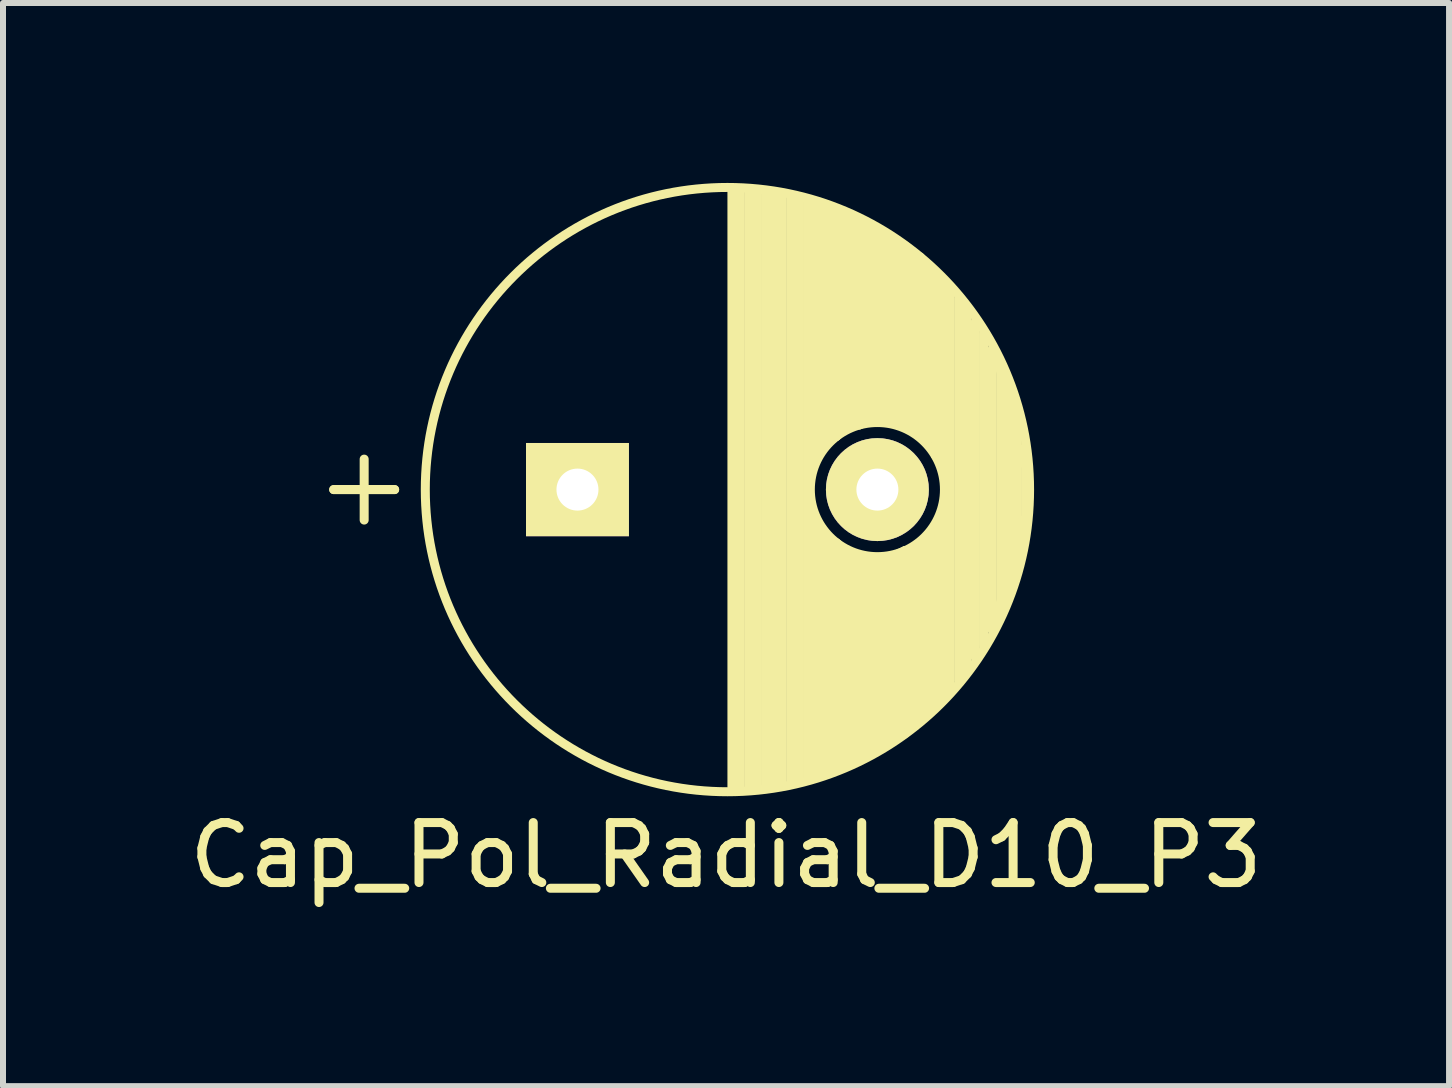
<source format=kicad_pcb>
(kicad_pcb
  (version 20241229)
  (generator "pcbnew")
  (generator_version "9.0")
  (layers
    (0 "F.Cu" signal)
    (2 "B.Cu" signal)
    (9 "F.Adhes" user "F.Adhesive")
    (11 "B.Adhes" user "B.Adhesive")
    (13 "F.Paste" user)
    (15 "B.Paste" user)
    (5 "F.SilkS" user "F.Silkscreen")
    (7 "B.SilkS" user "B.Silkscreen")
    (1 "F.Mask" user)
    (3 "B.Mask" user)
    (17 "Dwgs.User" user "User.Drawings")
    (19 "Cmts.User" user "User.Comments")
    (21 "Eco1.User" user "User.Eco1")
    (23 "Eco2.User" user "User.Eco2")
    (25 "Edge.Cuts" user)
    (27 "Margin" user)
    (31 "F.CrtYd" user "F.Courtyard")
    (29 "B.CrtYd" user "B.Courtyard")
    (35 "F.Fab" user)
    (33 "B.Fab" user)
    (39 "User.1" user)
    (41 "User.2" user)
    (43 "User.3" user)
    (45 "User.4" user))
  (footprint "Cap_Pol_Radial_D10_P3"
    (layer "F.Cu")
    (at 6.577 5.112)
    (property "Reference" "Cap_Pol_Radial_D10_P3" (at 2.477 6.096 0) (layer "F.SilkS") (effects (font (size 1 1) (thickness 0.15))))
    (attr through_hole)
    (fp_line (start -4.064 0) (end -3.556 0) (stroke (width 0.15) (type solid)) (layer "F.SilkS"))
    (fp_line (start -3.556 -0.508) (end -3.556 0) (stroke (width 0.15) (type solid)) (layer "F.SilkS"))
    (fp_line (start -3.556 0) (end -3.556 0.508) (stroke (width 0.15) (type solid)) (layer "F.SilkS"))
    (fp_line (start -3.556 0) (end -3.048 0) (stroke (width 0.15) (type solid)) (layer "F.SilkS"))
    (fp_line (start -3.048 0) (end -4.064 0) (stroke (width 0.15) (type solid)) (layer "F.SilkS"))
    (fp_line (start 2.575 -4.999) (end 2.575 4.999) (stroke (width 0.15) (type solid)) (layer "F.SilkS"))
    (fp_line (start 2.715 -4.995) (end 2.715 4.995) (stroke (width 0.15) (type solid)) (layer "F.SilkS"))
    (fp_line (start 2.855 -4.987) (end 2.855 4.987) (stroke (width 0.15) (type solid)) (layer "F.SilkS"))
    (fp_line (start 2.995 -4.975) (end 2.995 4.975) (stroke (width 0.15) (type solid)) (layer "F.SilkS"))
    (fp_line (start 3.135 -4.96) (end 3.135 4.96) (stroke (width 0.15) (type solid)) (layer "F.SilkS"))
    (fp_line (start 3.275 -4.94) (end 3.275 4.94) (stroke (width 0.15) (type solid)) (layer "F.SilkS"))
    (fp_line (start 3.415 -4.916) (end 3.415 4.916) (stroke (width 0.15) (type solid)) (layer "F.SilkS"))
    (fp_line (start 3.555 -4.887) (end 3.555 4.887) (stroke (width 0.15) (type solid)) (layer "F.SilkS"))
    (fp_line (start 3.695 -4.855) (end 3.695 4.855) (stroke (width 0.15) (type solid)) (layer "F.SilkS"))
    (fp_line (start 3.835 -4.818) (end 3.835 4.818) (stroke (width 0.15) (type solid)) (layer "F.SilkS"))
    (fp_line (start 3.873 -0.445) (end 3.937 -0.508) (stroke (width 0.15) (type solid)) (layer "F.SilkS"))
    (fp_line (start 3.937 -4.763) (end 3.937 -0.572) (stroke (width 0.15) (type solid)) (layer "F.SilkS"))
    (fp_line (start 3.937 -0.572) (end 4.064 -0.699) (stroke (width 0.15) (type solid)) (layer "F.SilkS"))
    (fp_line (start 3.937 0.508) (end 3.937 4.763) (stroke (width 0.15) (type solid)) (layer "F.SilkS"))
    (fp_line (start 3.937 4.763) (end 4.064 4.763) (stroke (width 0.15) (type solid)) (layer "F.SilkS"))
    (fp_line (start 4.064 -4.763) (end 4.191 -4.699) (stroke (width 0.15) (type solid)) (layer "F.SilkS"))
    (fp_line (start 4.064 -0.699) (end 4.064 -4.763) (stroke (width 0.15) (type solid)) (layer "F.SilkS"))
    (fp_line (start 4.064 0.635) (end 4.191 0.826) (stroke (width 0.15) (type solid)) (layer "F.SilkS"))
    (fp_line (start 4.064 4.763) (end 4.064 0.635) (stroke (width 0.15) (type solid)) (layer "F.SilkS"))
    (fp_line (start 4.191 -4.699) (end 4.191 -0.826) (stroke (width 0.15) (type solid)) (layer "F.SilkS"))
    (fp_line (start 4.191 -0.826) (end 4.318 -0.889) (stroke (width 0.15) (type solid)) (layer "F.SilkS"))
    (fp_line (start 4.191 0.826) (end 4.191 4.699) (stroke (width 0.15) (type solid)) (layer "F.SilkS"))
    (fp_line (start 4.191 4.699) (end 4.318 4.636) (stroke (width 0.15) (type solid)) (layer "F.SilkS"))
    (fp_line (start 4.318 -4.636) (end 4.445 -4.572) (stroke (width 0.15) (type solid)) (layer "F.SilkS"))
    (fp_line (start 4.318 -0.889) (end 4.318 -4.636) (stroke (width 0.15) (type solid)) (layer "F.SilkS"))
    (fp_line (start 4.318 0.889) (end 4.445 1.016) (stroke (width 0.15) (type solid)) (layer "F.SilkS"))
    (fp_line (start 4.318 4.636) (end 4.318 0.889) (stroke (width 0.15) (type solid)) (layer "F.SilkS"))
    (fp_line (start 4.445 -4.572) (end 4.445 -1.016) (stroke (width 0.15) (type solid)) (layer "F.SilkS"))
    (fp_line (start 4.445 -1.016) (end 4.572 -1.079) (stroke (width 0.15) (type solid)) (layer "F.SilkS"))
    (fp_line (start 4.445 1.016) (end 4.445 4.572) (stroke (width 0.15) (type solid)) (layer "F.SilkS"))
    (fp_line (start 4.445 4.572) (end 4.572 4.508) (stroke (width 0.15) (type solid)) (layer "F.SilkS"))
    (fp_line (start 4.572 -4.572) (end 4.699 -4.508) (stroke (width 0.15) (type solid)) (layer "F.SilkS"))
    (fp_line (start 4.572 -1.079) (end 4.572 -4.572) (stroke (width 0.15) (type solid)) (layer "F.SilkS"))
    (fp_line (start 4.572 1.079) (end 4.699 1.143) (stroke (width 0.15) (type solid)) (layer "F.SilkS"))
    (fp_line (start 4.572 4.508) (end 4.572 1.079) (stroke (width 0.15) (type solid)) (layer "F.SilkS"))
    (fp_line (start 4.699 -4.508) (end 4.699 -1.079) (stroke (width 0.15) (type solid)) (layer "F.SilkS"))
    (fp_line (start 4.699 -1.079) (end 4.826 -1.143) (stroke (width 0.15) (type solid)) (layer "F.SilkS"))
    (fp_line (start 4.699 1.143) (end 4.699 4.445) (stroke (width 0.15) (type solid)) (layer "F.SilkS"))
    (fp_line (start 4.699 4.445) (end 4.826 4.381) (stroke (width 0.15) (type solid)) (layer "F.SilkS"))
    (fp_line (start 4.826 -4.445) (end 4.953 -4.381) (stroke (width 0.15) (type solid)) (layer "F.SilkS"))
    (fp_line (start 4.826 -1.143) (end 4.826 -4.445) (stroke (width 0.15) (type solid)) (layer "F.SilkS"))
    (fp_line (start 4.826 1.143) (end 4.953 1.143) (stroke (width 0.15) (type solid)) (layer "F.SilkS"))
    (fp_line (start 4.826 4.381) (end 4.826 1.143) (stroke (width 0.15) (type solid)) (layer "F.SilkS"))
    (fp_line (start 4.953 -4.381) (end 4.953 -1.206) (stroke (width 0.15) (type solid)) (layer "F.SilkS"))
    (fp_line (start 4.953 -1.206) (end 5.08 -1.206) (stroke (width 0.15) (type solid)) (layer "F.SilkS"))
    (fp_line (start 4.953 1.143) (end 4.953 4.318) (stroke (width 0.15) (type solid)) (layer "F.SilkS"))
    (fp_line (start 4.953 4.318) (end 5.08 4.255) (stroke (width 0.15) (type solid)) (layer "F.SilkS"))
    (fp_line (start 5.08 -4.255) (end 5.207 -4.191) (stroke (width 0.15) (type solid)) (layer "F.SilkS"))
    (fp_line (start 5.08 -1.206) (end 5.08 -4.255) (stroke (width 0.15) (type solid)) (layer "F.SilkS"))
    (fp_line (start 5.08 1.143) (end 5.207 1.143) (stroke (width 0.15) (type solid)) (layer "F.SilkS"))
    (fp_line (start 5.08 4.255) (end 5.08 1.143) (stroke (width 0.15) (type solid)) (layer "F.SilkS"))
    (fp_line (start 5.207 -4.191) (end 5.207 -1.143) (stroke (width 0.15) (type solid)) (layer "F.SilkS"))
    (fp_line (start 5.207 -1.143) (end 5.334 -1.079) (stroke (width 0.15) (type solid)) (layer "F.SilkS"))
    (fp_line (start 5.207 1.143) (end 5.207 4.191) (stroke (width 0.15) (type solid)) (layer "F.SilkS"))
    (fp_line (start 5.207 4.191) (end 5.334 4.128) (stroke (width 0.15) (type solid)) (layer "F.SilkS"))
    (fp_line (start 5.334 -4.128) (end 5.461 -4.064) (stroke (width 0.15) (type solid)) (layer "F.SilkS"))
    (fp_line (start 5.334 -1.079) (end 5.334 -4.128) (stroke (width 0.15) (type solid)) (layer "F.SilkS"))
    (fp_line (start 5.334 1.079) (end 5.461 1.016) (stroke (width 0.15) (type solid)) (layer "F.SilkS"))
    (fp_line (start 5.334 4.128) (end 5.334 1.079) (stroke (width 0.15) (type solid)) (layer "F.SilkS"))
    (fp_line (start 5.461 -4.064) (end 5.461 -1.079) (stroke (width 0.15) (type solid)) (layer "F.SilkS"))
    (fp_line (start 5.461 -1.079) (end 5.588 -1.016) (stroke (width 0.15) (type solid)) (layer "F.SilkS"))
    (fp_line (start 5.461 1.016) (end 5.461 4.064) (stroke (width 0.15) (type solid)) (layer "F.SilkS"))
    (fp_line (start 5.461 4.064) (end 5.588 3.937) (stroke (width 0.15) (type solid)) (layer "F.SilkS"))
    (fp_line (start 5.588 -3.937) (end 5.715 -3.873) (stroke (width 0.15) (type solid)) (layer "F.SilkS"))
    (fp_line (start 5.588 -1.016) (end 5.588 -3.937) (stroke (width 0.15) (type solid)) (layer "F.SilkS"))
    (fp_line (start 5.588 1.016) (end 5.715 0.889) (stroke (width 0.15) (type solid)) (layer "F.SilkS"))
    (fp_line (start 5.588 3.937) (end 5.588 1.016) (stroke (width 0.15) (type solid)) (layer "F.SilkS"))
    (fp_line (start 5.715 -3.873) (end 5.715 -0.889) (stroke (width 0.15) (type solid)) (layer "F.SilkS"))
    (fp_line (start 5.715 -0.889) (end 5.842 -0.826) (stroke (width 0.15) (type solid)) (layer "F.SilkS"))
    (fp_line (start 5.715 0.889) (end 5.715 3.81) (stroke (width 0.15) (type solid)) (layer "F.SilkS"))
    (fp_line (start 5.715 3.81) (end 5.842 3.683) (stroke (width 0.15) (type solid)) (layer "F.SilkS"))
    (fp_line (start 5.842 -3.747) (end 5.969 -3.619) (stroke (width 0.15) (type solid)) (layer "F.SilkS"))
    (fp_line (start 5.842 -0.826) (end 5.842 -3.747) (stroke (width 0.15) (type solid)) (layer "F.SilkS"))
    (fp_line (start 5.842 0.762) (end 5.969 0.635) (stroke (width 0.15) (type solid)) (layer "F.SilkS"))
    (fp_line (start 5.842 3.683) (end 5.842 0.762) (stroke (width 0.15) (type solid)) (layer "F.SilkS"))
    (fp_line (start 5.969 -3.619) (end 5.969 -0.572) (stroke (width 0.15) (type solid)) (layer "F.SilkS"))
    (fp_line (start 5.969 -0.572) (end 6.096 -0.381) (stroke (width 0.15) (type solid)) (layer "F.SilkS"))
    (fp_line (start 5.969 0.635) (end 5.969 3.556) (stroke (width 0.15) (type solid)) (layer "F.SilkS"))
    (fp_line (start 5.969 3.556) (end 6.096 3.493) (stroke (width 0.15) (type solid)) (layer "F.SilkS"))
    (fp_line (start 6.096 -0.381) (end 6.096 -3.493) (stroke (width 0.15) (type solid)) (layer "F.SilkS"))
    (fp_line (start 6.096 3.493) (end 6.096 0.381) (stroke (width 0.15) (type solid)) (layer "F.SilkS"))
    (fp_line (start 6.215 -3.346) (end 6.215 3.346) (stroke (width 0.15) (type solid)) (layer "F.SilkS"))
    (fp_line (start 6.355 -3.184) (end 6.355 3.184) (stroke (width 0.15) (type solid)) (layer "F.SilkS"))
    (fp_line (start 6.495 -3.007) (end 6.495 3.007) (stroke (width 0.15) (type solid)) (layer "F.SilkS"))
    (fp_line (start 6.635 -2.811) (end 6.635 2.811) (stroke (width 0.15) (type solid)) (layer "F.SilkS"))
    (fp_line (start 6.775 -2.593) (end 6.775 2.593) (stroke (width 0.15) (type solid)) (layer "F.SilkS"))
    (fp_line (start 6.915 -2.347) (end 6.915 2.347) (stroke (width 0.15) (type solid)) (layer "F.SilkS"))
    (fp_line (start 6.934 2.184) (end 7.29 1.295) (stroke (width 0.15) (type solid)) (layer "F.SilkS"))
    (fp_line (start 6.985 -2.159) (end 7.341 -1.245) (stroke (width 0.15) (type solid)) (layer "F.SilkS"))
    (fp_line (start 7.055 -2.062) (end 7.055 2.062) (stroke (width 0.15) (type solid)) (layer "F.SilkS"))
    (fp_line (start 7.195 -1.72) (end 7.195 1.72) (stroke (width 0.15) (type solid)) (layer "F.SilkS"))
    (fp_line (start 7.335 -1.274) (end 7.335 1.274) (stroke (width 0.15) (type solid)) (layer "F.SilkS"))
    (fp_line (start 7.391 0.787) (end 7.417 0.508) (stroke (width 0.15) (type solid)) (layer "F.SilkS"))
    (fp_line (start 7.442 -0.432) (end 7.442 -0.686) (stroke (width 0.15) (type solid)) (layer "F.SilkS"))
    (fp_line (start 7.475 -0.499) (end 7.475 0.499) (stroke (width 0.15) (type solid)) (layer "F.SilkS"))
    (fp_circle (center 2.5 0) (end 2.5 -5.037) (stroke (width 0.15) (type solid)) (fill no) (layer "F.SilkS"))
    (fp_circle (center 5 0) (end 5.5 -1) (stroke (width 0.15) (type solid)) (fill no) (layer "F.SilkS"))
    (pad "1" thru_hole rect (at 0 0) (size 1.716 1.554) (drill 0.7) (layers "*.Cu" "*.Mask" "F.SilkS"))
    (pad "2" thru_hole circle (at 5 0) (size 1.716 1.716) (drill 0.7) (layers "*.Cu" "*.Mask" "F.SilkS")))
  (gr_rect
    (start -3 -3)
    (end 21.107 15.057)
    (stroke (width 0.1) (type default))
    (fill no)
    (layer "Edge.Cuts")))
</source>
